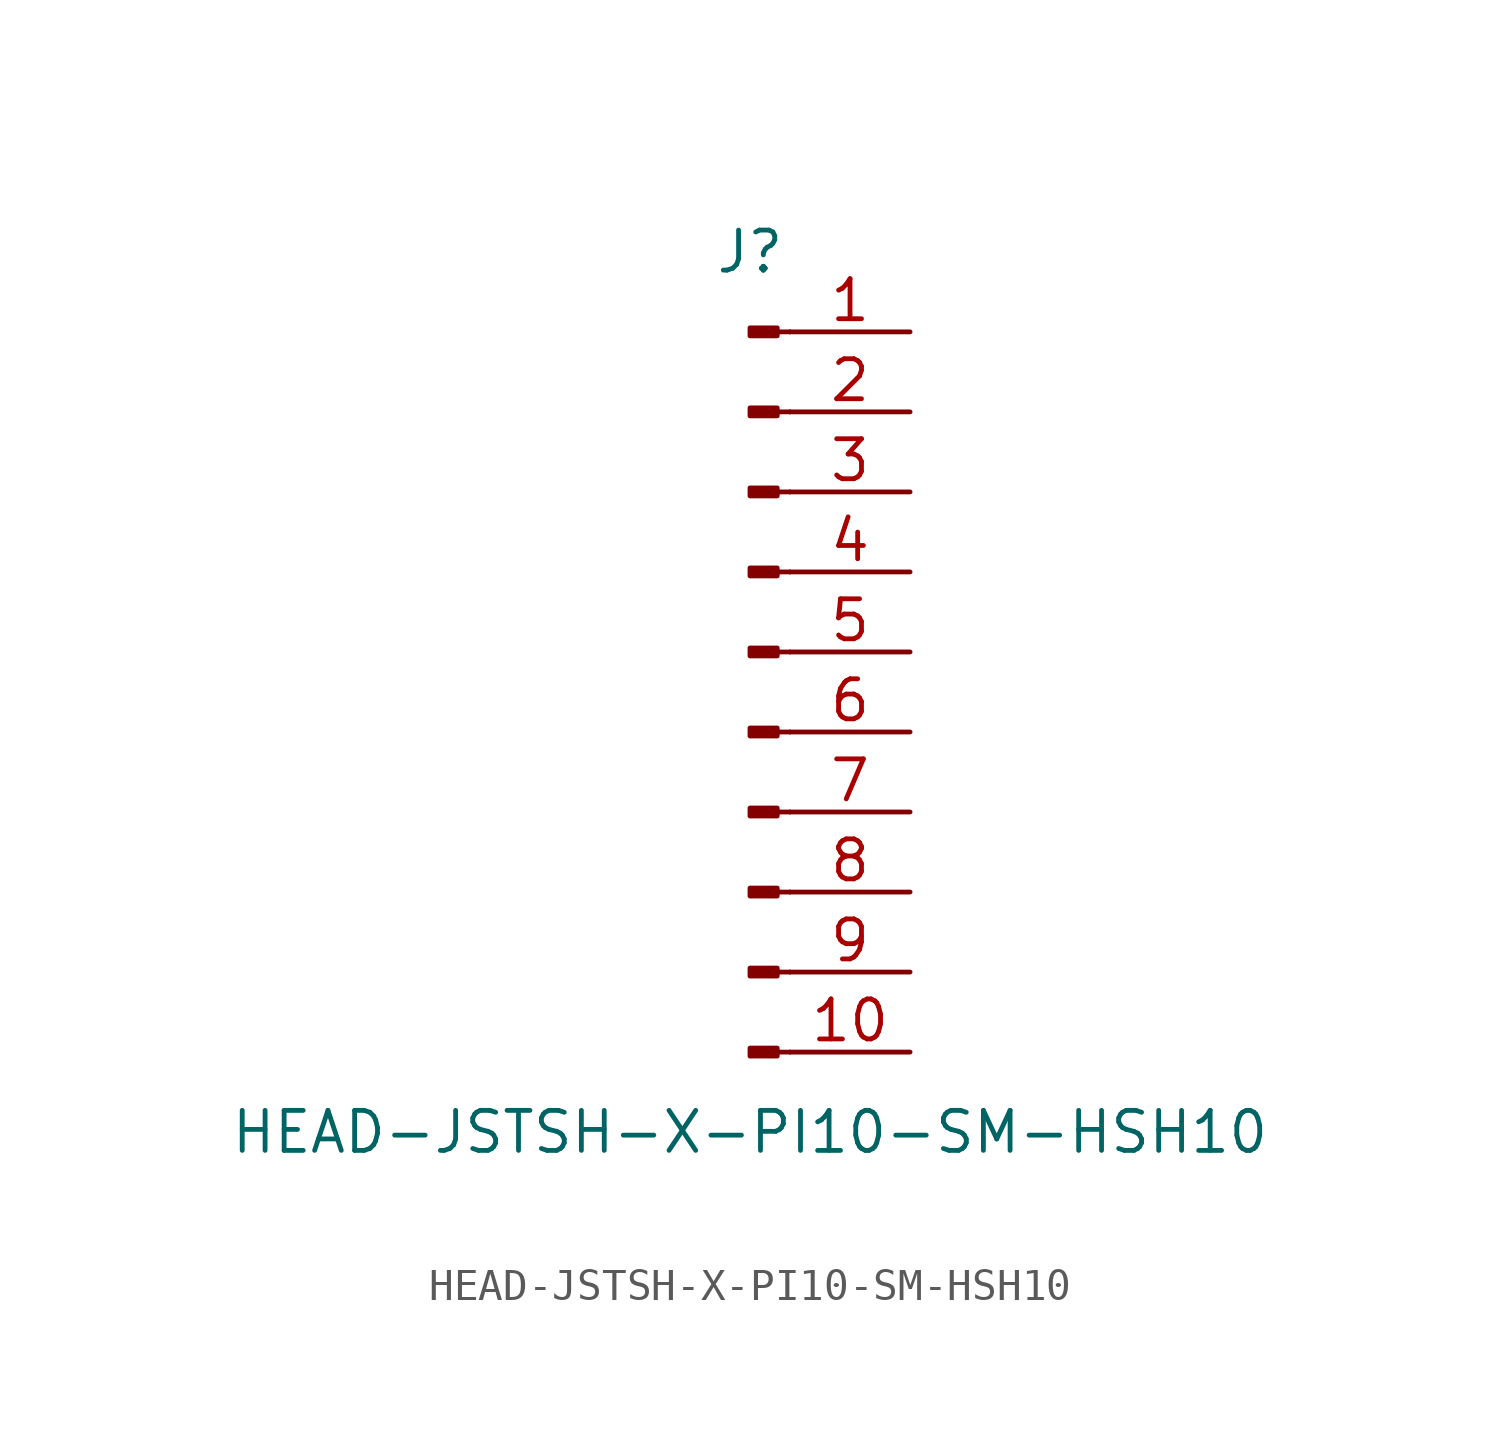
<source format=kicad_sym>
(kicad_symbol_lib
  (version 20211014)
  (generator kicad_symbol_editor)
  (symbol "HEAD-JSTSH-X-PI10-SM-HSH10"
    (pin_names
      (offset 1.016) hide)
    (property "Reference" "J"
      (at 0 12.7 0)
      (effects (font (size 1.27 1.27))))
    (property "Value" "HEAD-JSTSH-X-PI10-SM-HSH10"
      (at 0 -15.24 0)
      (effects (font (size 1.27 1.27))))
    (symbol "HEAD-JSTSH-X-PI10-SM-HSH10_1_1"
      (polyline (pts (xy 1.27 -12.7) (xy 0.864 -12.7)) (stroke (width 0.152) (type default) (color 0 0 0 0)) (fill (type none)))
      (polyline (pts (xy 1.27 -10.16) (xy 0.864 -10.16)) (stroke (width 0.152) (type default) (color 0 0 0 0)) (fill (type none)))
      (polyline (pts (xy 1.27 -7.62) (xy 0.864 -7.62)) (stroke (width 0.152) (type default) (color 0 0 0 0)) (fill (type none)))
      (polyline (pts (xy 1.27 -5.08) (xy 0.864 -5.08)) (stroke (width 0.152) (type default) (color 0 0 0 0)) (fill (type none)))
      (polyline (pts (xy 1.27 -2.54) (xy 0.864 -2.54)) (stroke (width 0.152) (type default) (color 0 0 0 0)) (fill (type none)))
      (polyline (pts (xy 1.27 0) (xy 0.864 0)) (stroke (width 0.152) (type default) (color 0 0 0 0)) (fill (type none)))
      (polyline (pts (xy 1.27 2.54) (xy 0.864 2.54)) (stroke (width 0.152) (type default) (color 0 0 0 0)) (fill (type none)))
      (polyline (pts (xy 1.27 5.08) (xy 0.864 5.08)) (stroke (width 0.152) (type default) (color 0 0 0 0)) (fill (type none)))
      (polyline (pts (xy 1.27 7.62) (xy 0.864 7.62)) (stroke (width 0.152) (type default) (color 0 0 0 0)) (fill (type none)))
      (polyline (pts (xy 1.27 10.16) (xy 0.864 10.16)) (stroke (width 0.152) (type default) (color 0 0 0 0)) (fill (type none)))
      (rectangle (start 0.864 -12.573) (end 0 -12.827) (stroke (width 0.152) (type default) (color 0 0 0 0)) (fill (type outline)))
      (rectangle (start 0.864 -10.033) (end 0 -10.287) (stroke (width 0.152) (type default) (color 0 0 0 0)) (fill (type outline)))
      (rectangle (start 0.864 -7.493) (end 0 -7.747) (stroke (width 0.152) (type default) (color 0 0 0 0)) (fill (type outline)))
      (rectangle (start 0.864 -4.953) (end 0 -5.207) (stroke (width 0.152) (type default) (color 0 0 0 0)) (fill (type outline)))
      (rectangle (start 0.864 -2.413) (end 0 -2.667) (stroke (width 0.152) (type default) (color 0 0 0 0)) (fill (type outline)))
      (rectangle (start 0.864 0.127) (end 0 -0.127) (stroke (width 0.152) (type default) (color 0 0 0 0)) (fill (type outline)))
      (rectangle (start 0.864 2.667) (end 0 2.413) (stroke (width 0.152) (type default) (color 0 0 0 0)) (fill (type outline)))
      (rectangle (start 0.864 5.207) (end 0 4.953) (stroke (width 0.152) (type default) (color 0 0 0 0)) (fill (type outline)))
      (rectangle (start 0.864 7.747) (end 0 7.493) (stroke (width 0.152) (type default) (color 0 0 0 0)) (fill (type outline)))
      (rectangle (start 0.864 10.287) (end 0 10.033) (stroke (width 0.152) (type default) (color 0 0 0 0)) (fill (type outline)))
      (pin passive line (at 5.08 10.16 180) (length 3.81) (name "Pin_1" (effects (font (size 1.27 1.27)))) (number "1" (effects (font (size 1.27 1.27)))))
      (pin passive line (at 5.08 -12.7 180) (length 3.81) (name "Pin_10" (effects (font (size 1.27 1.27)))) (number "10" (effects (font (size 1.27 1.27)))))
      (pin passive line (at 5.08 7.62 180) (length 3.81) (name "Pin_2" (effects (font (size 1.27 1.27)))) (number "2" (effects (font (size 1.27 1.27)))))
      (pin passive line (at 5.08 5.08 180) (length 3.81) (name "Pin_3" (effects (font (size 1.27 1.27)))) (number "3" (effects (font (size 1.27 1.27)))))
      (pin passive line (at 5.08 2.54 180) (length 3.81) (name "Pin_4" (effects (font (size 1.27 1.27)))) (number "4" (effects (font (size 1.27 1.27)))))
      (pin passive line (at 5.08 0 180) (length 3.81) (name "Pin_5" (effects (font (size 1.27 1.27)))) (number "5" (effects (font (size 1.27 1.27)))))
      (pin passive line (at 5.08 -2.54 180) (length 3.81) (name "Pin_6" (effects (font (size 1.27 1.27)))) (number "6" (effects (font (size 1.27 1.27)))))
      (pin passive line (at 5.08 -5.08 180) (length 3.81) (name "Pin_7" (effects (font (size 1.27 1.27)))) (number "7" (effects (font (size 1.27 1.27)))))
      (pin passive line (at 5.08 -7.62 180) (length 3.81) (name "Pin_8" (effects (font (size 1.27 1.27)))) (number "8" (effects (font (size 1.27 1.27)))))
      (pin passive line (at 5.08 -10.16 180) (length 3.81) (name "Pin_9" (effects (font (size 1.27 1.27)))) (number "9" (effects (font (size 1.27 1.27))))))))
</source>
